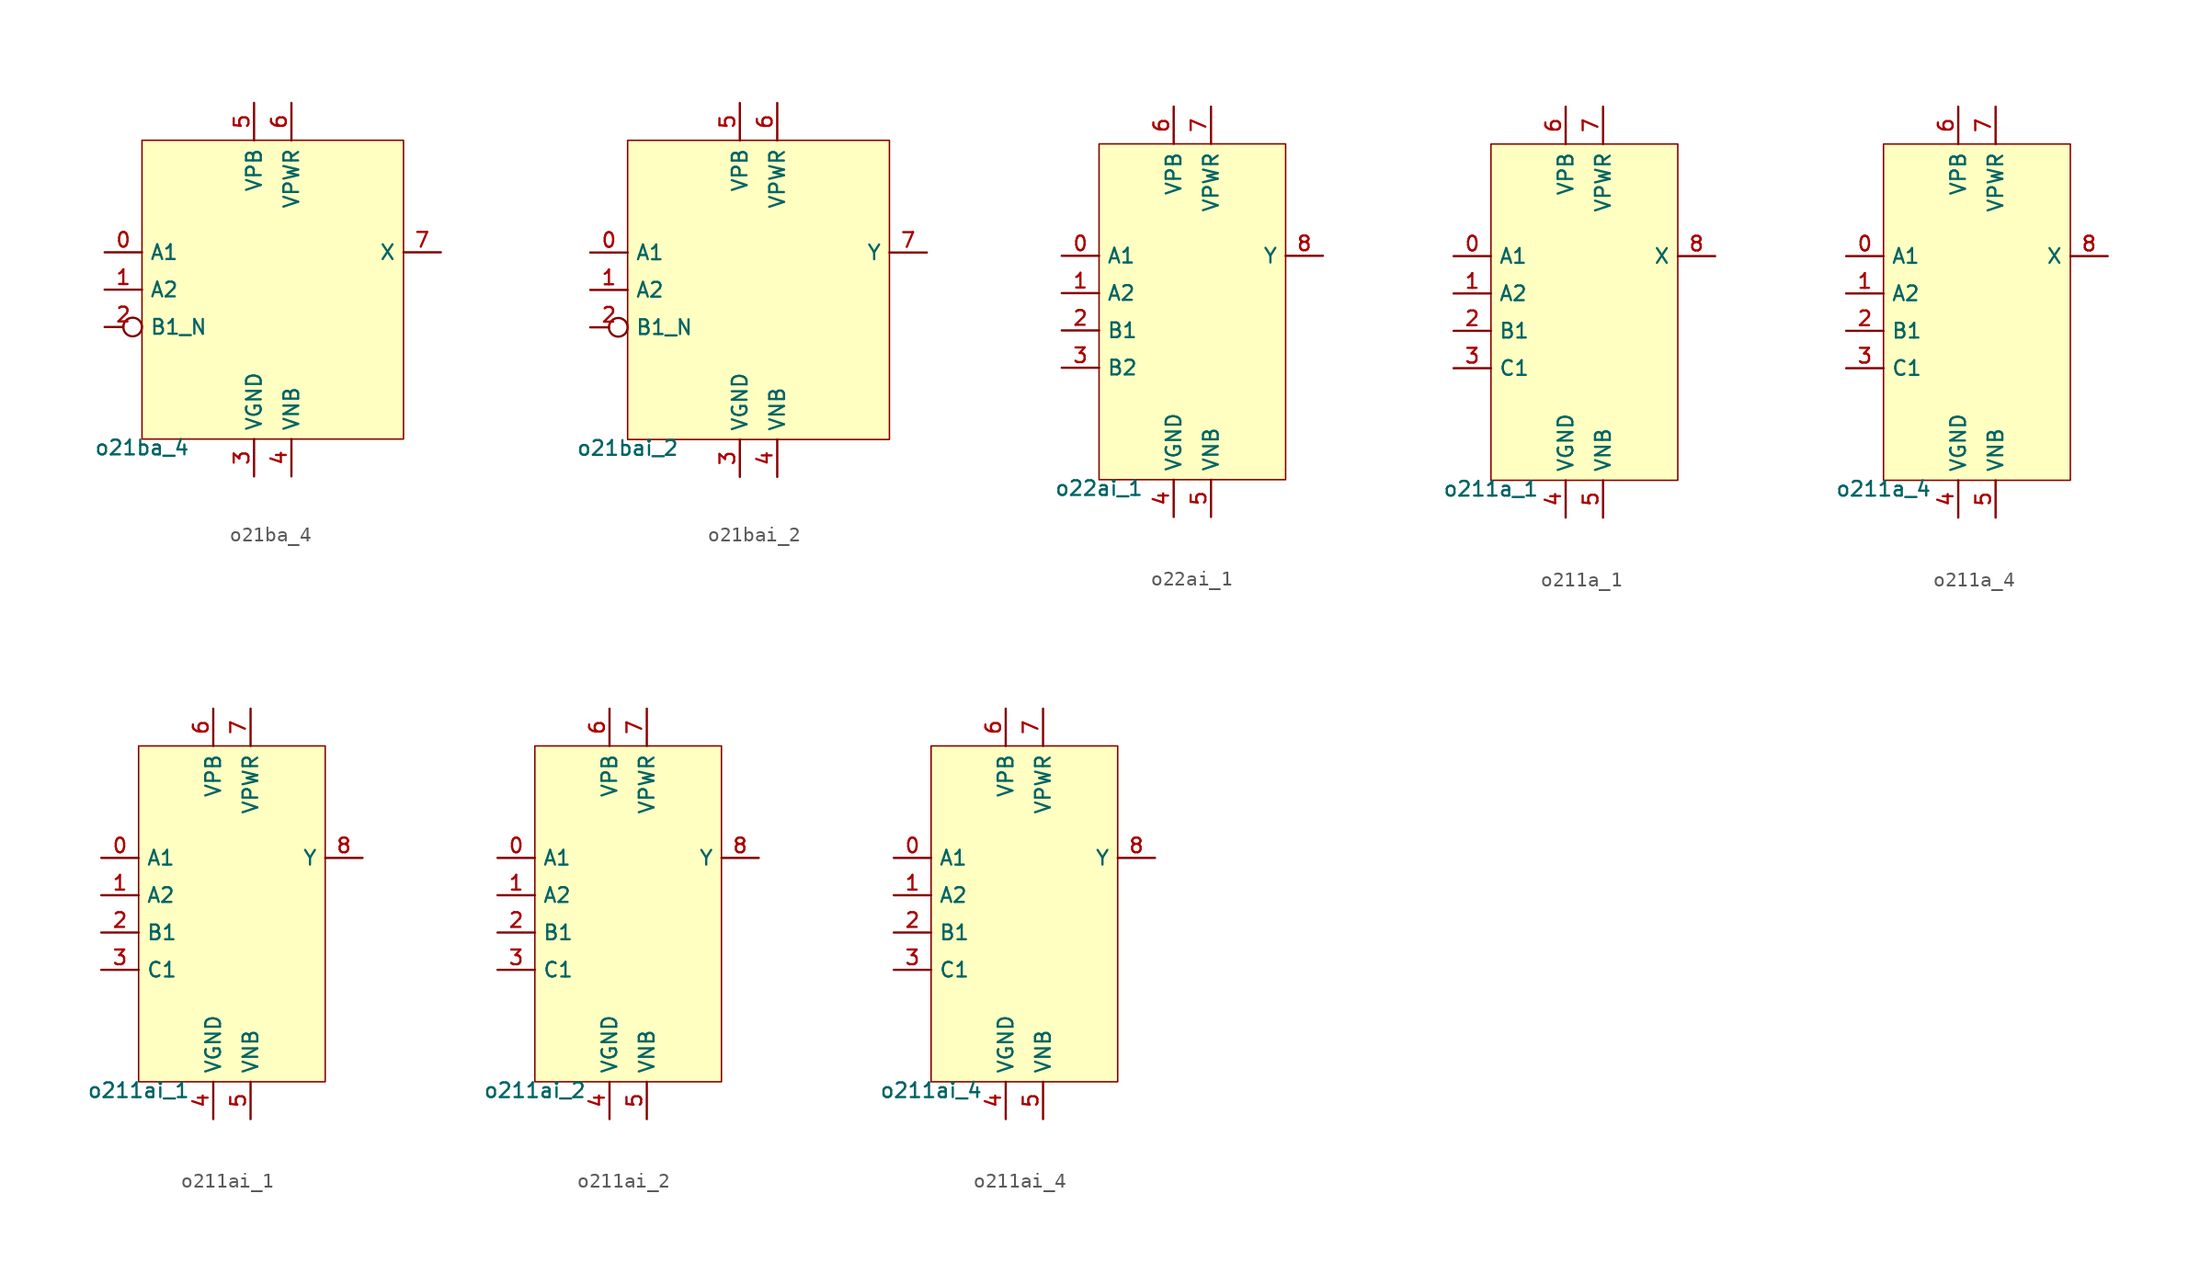
<source format=kicad_sym>
(kicad_symbol_lib
  (version 20211014)
  (generator pdk2kicad)
  (symbol "o21ba_4"
    (property "Reference" "X"
      (at 0 0 0)
      (effects (font (size 1 1)) hide))
    (property "Value" "o21ba_4"
      (at -8.89 -10.16 0)
      (effects (font (size 1 1)) (justify top)))
    (rectangle
      (start -8.89 -10.16)
      (end 8.89 10.16)
      (stroke (width 0.1) (type solid) (color 0 0 0 0))
      (fill (type background)))
    (pin input line
      (at -11.43 2.54 0)
      (length 2.54)
      (name "A1" (effects (font (size 1 1)) hide))
      (number "0" (effects (font (size 1 1)) hide)))
    (pin input line
      (at -11.43 0.0 0)
      (length 2.54)
      (name "A2" (effects (font (size 1 1)) hide))
      (number "1" (effects (font (size 1 1)) hide)))
    (pin input inverted
      (at -11.43 -2.54 0)
      (length 2.54)
      (name "B1_N" (effects (font (size 1 1)) hide))
      (number "2" (effects (font (size 1 1)) hide)))
    (pin power_in line
      (at -1.27 -12.7 90)
      (length 2.54)
      (name "VGND" (effects (font (size 1 1)) hide))
      (number "3" (effects (font (size 1 1)) hide)))
    (pin power_in line
      (at 1.27 -12.7 90)
      (length 2.54)
      (name "VNB" (effects (font (size 1 1)) hide))
      (number "4" (effects (font (size 1 1)) hide)))
    (pin power_in line
      (at -1.27 12.7 270)
      (length 2.54)
      (name "VPB" (effects (font (size 1 1)) hide))
      (number "5" (effects (font (size 1 1)) hide)))
    (pin power_in line
      (at 1.27 12.7 270)
      (length 2.54)
      (name "VPWR" (effects (font (size 1 1)) hide))
      (number "6" (effects (font (size 1 1)) hide)))
    (pin output line
      (at 11.43 2.54 180)
      (length 2.54)
      (name "X" (effects (font (size 1 1)) hide))
      (number "7" (effects (font (size 1 1)) hide))))
  (symbol "o21bai_2"
    (property "Reference" "X"
      (at 0 0 0)
      (effects (font (size 1 1)) hide))
    (property "Value" "o21bai_2"
      (at -8.89 -10.16 0)
      (effects (font (size 1 1)) (justify top)))
    (rectangle
      (start -8.89 -10.16)
      (end 8.89 10.16)
      (stroke (width 0.1) (type solid) (color 0 0 0 0))
      (fill (type background)))
    (pin input line
      (at -11.43 2.54 0)
      (length 2.54)
      (name "A1" (effects (font (size 1 1)) hide))
      (number "0" (effects (font (size 1 1)) hide)))
    (pin input line
      (at -11.43 0.0 0)
      (length 2.54)
      (name "A2" (effects (font (size 1 1)) hide))
      (number "1" (effects (font (size 1 1)) hide)))
    (pin input inverted
      (at -11.43 -2.54 0)
      (length 2.54)
      (name "B1_N" (effects (font (size 1 1)) hide))
      (number "2" (effects (font (size 1 1)) hide)))
    (pin power_in line
      (at -1.27 -12.7 90)
      (length 2.54)
      (name "VGND" (effects (font (size 1 1)) hide))
      (number "3" (effects (font (size 1 1)) hide)))
    (pin power_in line
      (at 1.27 -12.7 90)
      (length 2.54)
      (name "VNB" (effects (font (size 1 1)) hide))
      (number "4" (effects (font (size 1 1)) hide)))
    (pin power_in line
      (at -1.27 12.7 270)
      (length 2.54)
      (name "VPB" (effects (font (size 1 1)) hide))
      (number "5" (effects (font (size 1 1)) hide)))
    (pin power_in line
      (at 1.27 12.7 270)
      (length 2.54)
      (name "VPWR" (effects (font (size 1 1)) hide))
      (number "6" (effects (font (size 1 1)) hide)))
    (pin output line
      (at 11.43 2.54 180)
      (length 2.54)
      (name "Y" (effects (font (size 1 1)) hide))
      (number "7" (effects (font (size 1 1)) hide))))
  (symbol "o22ai_1"
    (property "Reference" "X"
      (at 0 0 0)
      (effects (font (size 1 1)) hide))
    (property "Value" "o22ai_1"
      (at -6.35 -11.43 0)
      (effects (font (size 1 1)) (justify top)))
    (rectangle
      (start -6.35 -11.43)
      (end 6.35 11.43)
      (stroke (width 0.1) (type solid) (color 0 0 0 0))
      (fill (type background)))
    (pin input line
      (at -8.89 3.81 0)
      (length 2.54)
      (name "A1" (effects (font (size 1 1)) hide))
      (number "0" (effects (font (size 1 1)) hide)))
    (pin input line
      (at -8.89 1.27 0)
      (length 2.54)
      (name "A2" (effects (font (size 1 1)) hide))
      (number "1" (effects (font (size 1 1)) hide)))
    (pin input line
      (at -8.89 -1.27 0)
      (length 2.54)
      (name "B1" (effects (font (size 1 1)) hide))
      (number "2" (effects (font (size 1 1)) hide)))
    (pin input line
      (at -8.89 -3.81 0)
      (length 2.54)
      (name "B2" (effects (font (size 1 1)) hide))
      (number "3" (effects (font (size 1 1)) hide)))
    (pin power_in line
      (at -1.27 -13.97 90)
      (length 2.54)
      (name "VGND" (effects (font (size 1 1)) hide))
      (number "4" (effects (font (size 1 1)) hide)))
    (pin power_in line
      (at 1.27 -13.97 90)
      (length 2.54)
      (name "VNB" (effects (font (size 1 1)) hide))
      (number "5" (effects (font (size 1 1)) hide)))
    (pin power_in line
      (at -1.27 13.97 270)
      (length 2.54)
      (name "VPB" (effects (font (size 1 1)) hide))
      (number "6" (effects (font (size 1 1)) hide)))
    (pin power_in line
      (at 1.27 13.97 270)
      (length 2.54)
      (name "VPWR" (effects (font (size 1 1)) hide))
      (number "7" (effects (font (size 1 1)) hide)))
    (pin output line
      (at 8.89 3.81 180)
      (length 2.54)
      (name "Y" (effects (font (size 1 1)) hide))
      (number "8" (effects (font (size 1 1)) hide))))
  (symbol "o211a_1"
    (property "Reference" "X"
      (at 0 0 0)
      (effects (font (size 1 1)) hide))
    (property "Value" "o211a_1"
      (at -6.35 -11.43 0)
      (effects (font (size 1 1)) (justify top)))
    (rectangle
      (start -6.35 -11.43)
      (end 6.35 11.43)
      (stroke (width 0.1) (type solid) (color 0 0 0 0))
      (fill (type background)))
    (pin input line
      (at -8.89 3.81 0)
      (length 2.54)
      (name "A1" (effects (font (size 1 1)) hide))
      (number "0" (effects (font (size 1 1)) hide)))
    (pin input line
      (at -8.89 1.27 0)
      (length 2.54)
      (name "A2" (effects (font (size 1 1)) hide))
      (number "1" (effects (font (size 1 1)) hide)))
    (pin input line
      (at -8.89 -1.27 0)
      (length 2.54)
      (name "B1" (effects (font (size 1 1)) hide))
      (number "2" (effects (font (size 1 1)) hide)))
    (pin input line
      (at -8.89 -3.81 0)
      (length 2.54)
      (name "C1" (effects (font (size 1 1)) hide))
      (number "3" (effects (font (size 1 1)) hide)))
    (pin power_in line
      (at -1.27 -13.97 90)
      (length 2.54)
      (name "VGND" (effects (font (size 1 1)) hide))
      (number "4" (effects (font (size 1 1)) hide)))
    (pin power_in line
      (at 1.27 -13.97 90)
      (length 2.54)
      (name "VNB" (effects (font (size 1 1)) hide))
      (number "5" (effects (font (size 1 1)) hide)))
    (pin power_in line
      (at -1.27 13.97 270)
      (length 2.54)
      (name "VPB" (effects (font (size 1 1)) hide))
      (number "6" (effects (font (size 1 1)) hide)))
    (pin power_in line
      (at 1.27 13.97 270)
      (length 2.54)
      (name "VPWR" (effects (font (size 1 1)) hide))
      (number "7" (effects (font (size 1 1)) hide)))
    (pin output line
      (at 8.89 3.81 180)
      (length 2.54)
      (name "X" (effects (font (size 1 1)) hide))
      (number "8" (effects (font (size 1 1)) hide))))
  (symbol "o211a_4"
    (property "Reference" "X"
      (at 0 0 0)
      (effects (font (size 1 1)) hide))
    (property "Value" "o211a_4"
      (at -6.35 -11.43 0)
      (effects (font (size 1 1)) (justify top)))
    (rectangle
      (start -6.35 -11.43)
      (end 6.35 11.43)
      (stroke (width 0.1) (type solid) (color 0 0 0 0))
      (fill (type background)))
    (pin input line
      (at -8.89 3.81 0)
      (length 2.54)
      (name "A1" (effects (font (size 1 1)) hide))
      (number "0" (effects (font (size 1 1)) hide)))
    (pin input line
      (at -8.89 1.27 0)
      (length 2.54)
      (name "A2" (effects (font (size 1 1)) hide))
      (number "1" (effects (font (size 1 1)) hide)))
    (pin input line
      (at -8.89 -1.27 0)
      (length 2.54)
      (name "B1" (effects (font (size 1 1)) hide))
      (number "2" (effects (font (size 1 1)) hide)))
    (pin input line
      (at -8.89 -3.81 0)
      (length 2.54)
      (name "C1" (effects (font (size 1 1)) hide))
      (number "3" (effects (font (size 1 1)) hide)))
    (pin power_in line
      (at -1.27 -13.97 90)
      (length 2.54)
      (name "VGND" (effects (font (size 1 1)) hide))
      (number "4" (effects (font (size 1 1)) hide)))
    (pin power_in line
      (at 1.27 -13.97 90)
      (length 2.54)
      (name "VNB" (effects (font (size 1 1)) hide))
      (number "5" (effects (font (size 1 1)) hide)))
    (pin power_in line
      (at -1.27 13.97 270)
      (length 2.54)
      (name "VPB" (effects (font (size 1 1)) hide))
      (number "6" (effects (font (size 1 1)) hide)))
    (pin power_in line
      (at 1.27 13.97 270)
      (length 2.54)
      (name "VPWR" (effects (font (size 1 1)) hide))
      (number "7" (effects (font (size 1 1)) hide)))
    (pin output line
      (at 8.89 3.81 180)
      (length 2.54)
      (name "X" (effects (font (size 1 1)) hide))
      (number "8" (effects (font (size 1 1)) hide))))
  (symbol "o211ai_1"
    (property "Reference" "X"
      (at 0 0 0)
      (effects (font (size 1 1)) hide))
    (property "Value" "o211ai_1"
      (at -6.35 -11.43 0)
      (effects (font (size 1 1)) (justify top)))
    (rectangle
      (start -6.35 -11.43)
      (end 6.35 11.43)
      (stroke (width 0.1) (type solid) (color 0 0 0 0))
      (fill (type background)))
    (pin input line
      (at -8.89 3.81 0)
      (length 2.54)
      (name "A1" (effects (font (size 1 1)) hide))
      (number "0" (effects (font (size 1 1)) hide)))
    (pin input line
      (at -8.89 1.27 0)
      (length 2.54)
      (name "A2" (effects (font (size 1 1)) hide))
      (number "1" (effects (font (size 1 1)) hide)))
    (pin input line
      (at -8.89 -1.27 0)
      (length 2.54)
      (name "B1" (effects (font (size 1 1)) hide))
      (number "2" (effects (font (size 1 1)) hide)))
    (pin input line
      (at -8.89 -3.81 0)
      (length 2.54)
      (name "C1" (effects (font (size 1 1)) hide))
      (number "3" (effects (font (size 1 1)) hide)))
    (pin power_in line
      (at -1.27 -13.97 90)
      (length 2.54)
      (name "VGND" (effects (font (size 1 1)) hide))
      (number "4" (effects (font (size 1 1)) hide)))
    (pin power_in line
      (at 1.27 -13.97 90)
      (length 2.54)
      (name "VNB" (effects (font (size 1 1)) hide))
      (number "5" (effects (font (size 1 1)) hide)))
    (pin power_in line
      (at -1.27 13.97 270)
      (length 2.54)
      (name "VPB" (effects (font (size 1 1)) hide))
      (number "6" (effects (font (size 1 1)) hide)))
    (pin power_in line
      (at 1.27 13.97 270)
      (length 2.54)
      (name "VPWR" (effects (font (size 1 1)) hide))
      (number "7" (effects (font (size 1 1)) hide)))
    (pin output line
      (at 8.89 3.81 180)
      (length 2.54)
      (name "Y" (effects (font (size 1 1)) hide))
      (number "8" (effects (font (size 1 1)) hide))))
  (symbol "o211ai_2"
    (property "Reference" "X"
      (at 0 0 0)
      (effects (font (size 1 1)) hide))
    (property "Value" "o211ai_2"
      (at -6.35 -11.43 0)
      (effects (font (size 1 1)) (justify top)))
    (rectangle
      (start -6.35 -11.43)
      (end 6.35 11.43)
      (stroke (width 0.1) (type solid) (color 0 0 0 0))
      (fill (type background)))
    (pin input line
      (at -8.89 3.81 0)
      (length 2.54)
      (name "A1" (effects (font (size 1 1)) hide))
      (number "0" (effects (font (size 1 1)) hide)))
    (pin input line
      (at -8.89 1.27 0)
      (length 2.54)
      (name "A2" (effects (font (size 1 1)) hide))
      (number "1" (effects (font (size 1 1)) hide)))
    (pin input line
      (at -8.89 -1.27 0)
      (length 2.54)
      (name "B1" (effects (font (size 1 1)) hide))
      (number "2" (effects (font (size 1 1)) hide)))
    (pin input line
      (at -8.89 -3.81 0)
      (length 2.54)
      (name "C1" (effects (font (size 1 1)) hide))
      (number "3" (effects (font (size 1 1)) hide)))
    (pin power_in line
      (at -1.27 -13.97 90)
      (length 2.54)
      (name "VGND" (effects (font (size 1 1)) hide))
      (number "4" (effects (font (size 1 1)) hide)))
    (pin power_in line
      (at 1.27 -13.97 90)
      (length 2.54)
      (name "VNB" (effects (font (size 1 1)) hide))
      (number "5" (effects (font (size 1 1)) hide)))
    (pin power_in line
      (at -1.27 13.97 270)
      (length 2.54)
      (name "VPB" (effects (font (size 1 1)) hide))
      (number "6" (effects (font (size 1 1)) hide)))
    (pin power_in line
      (at 1.27 13.97 270)
      (length 2.54)
      (name "VPWR" (effects (font (size 1 1)) hide))
      (number "7" (effects (font (size 1 1)) hide)))
    (pin output line
      (at 8.89 3.81 180)
      (length 2.54)
      (name "Y" (effects (font (size 1 1)) hide))
      (number "8" (effects (font (size 1 1)) hide))))
  (symbol "o211ai_4"
    (property "Reference" "X"
      (at 0 0 0)
      (effects (font (size 1 1)) hide))
    (property "Value" "o211ai_4"
      (at -6.35 -11.43 0)
      (effects (font (size 1 1)) (justify top)))
    (rectangle
      (start -6.35 -11.43)
      (end 6.35 11.43)
      (stroke (width 0.1) (type solid) (color 0 0 0 0))
      (fill (type background)))
    (pin input line
      (at -8.89 3.81 0)
      (length 2.54)
      (name "A1" (effects (font (size 1 1)) hide))
      (number "0" (effects (font (size 1 1)) hide)))
    (pin input line
      (at -8.89 1.27 0)
      (length 2.54)
      (name "A2" (effects (font (size 1 1)) hide))
      (number "1" (effects (font (size 1 1)) hide)))
    (pin input line
      (at -8.89 -1.27 0)
      (length 2.54)
      (name "B1" (effects (font (size 1 1)) hide))
      (number "2" (effects (font (size 1 1)) hide)))
    (pin input line
      (at -8.89 -3.81 0)
      (length 2.54)
      (name "C1" (effects (font (size 1 1)) hide))
      (number "3" (effects (font (size 1 1)) hide)))
    (pin power_in line
      (at -1.27 -13.97 90)
      (length 2.54)
      (name "VGND" (effects (font (size 1 1)) hide))
      (number "4" (effects (font (size 1 1)) hide)))
    (pin power_in line
      (at 1.27 -13.97 90)
      (length 2.54)
      (name "VNB" (effects (font (size 1 1)) hide))
      (number "5" (effects (font (size 1 1)) hide)))
    (pin power_in line
      (at -1.27 13.97 270)
      (length 2.54)
      (name "VPB" (effects (font (size 1 1)) hide))
      (number "6" (effects (font (size 1 1)) hide)))
    (pin power_in line
      (at 1.27 13.97 270)
      (length 2.54)
      (name "VPWR" (effects (font (size 1 1)) hide))
      (number "7" (effects (font (size 1 1)) hide)))
    (pin output line
      (at 8.89 3.81 180)
      (length 2.54)
      (name "Y" (effects (font (size 1 1)) hide))
      (number "8" (effects (font (size 1 1)) hide)))))
</source>
